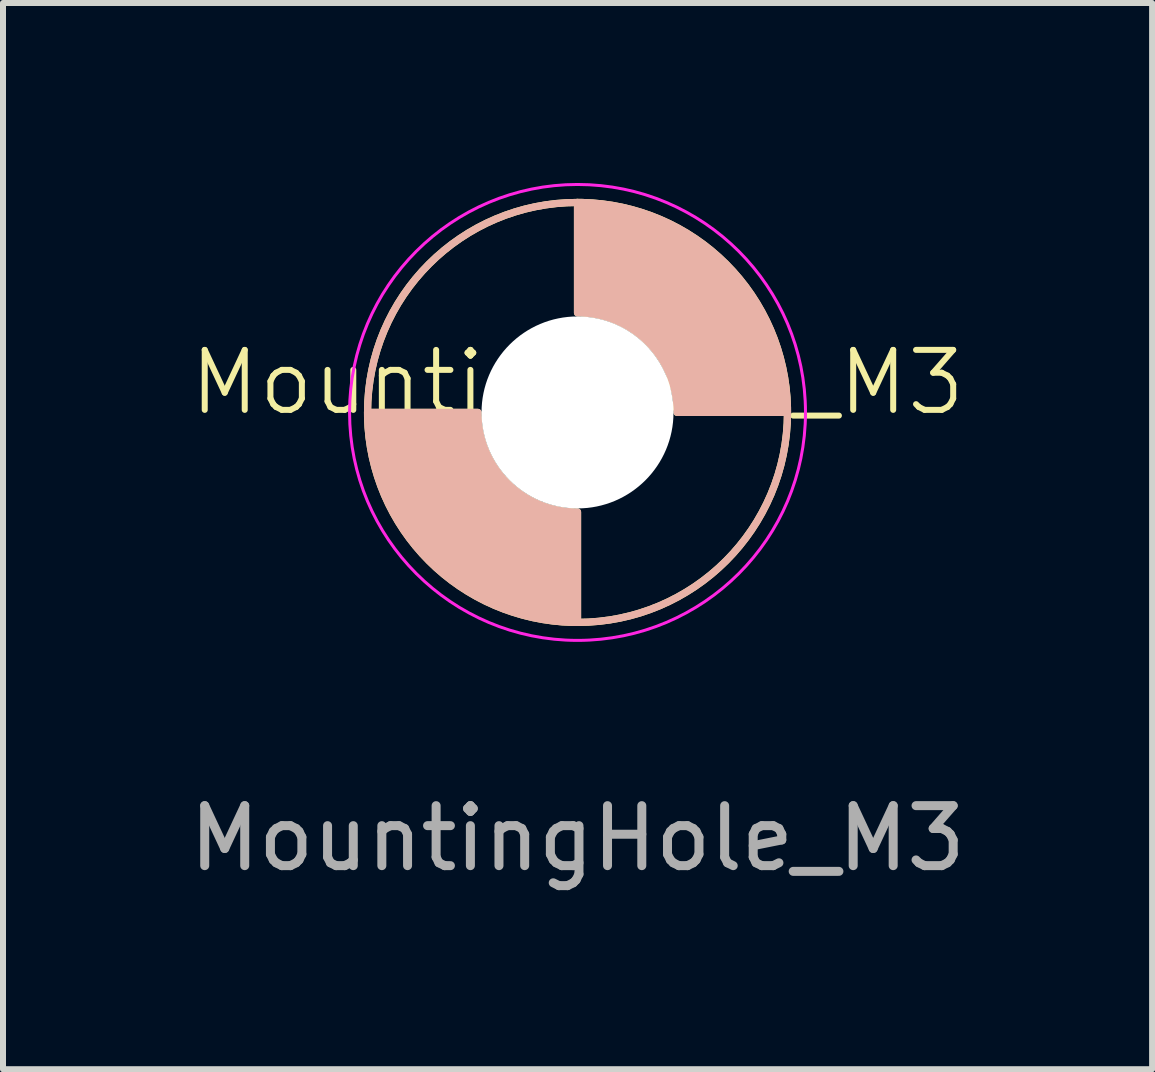
<source format=kicad_pcb>
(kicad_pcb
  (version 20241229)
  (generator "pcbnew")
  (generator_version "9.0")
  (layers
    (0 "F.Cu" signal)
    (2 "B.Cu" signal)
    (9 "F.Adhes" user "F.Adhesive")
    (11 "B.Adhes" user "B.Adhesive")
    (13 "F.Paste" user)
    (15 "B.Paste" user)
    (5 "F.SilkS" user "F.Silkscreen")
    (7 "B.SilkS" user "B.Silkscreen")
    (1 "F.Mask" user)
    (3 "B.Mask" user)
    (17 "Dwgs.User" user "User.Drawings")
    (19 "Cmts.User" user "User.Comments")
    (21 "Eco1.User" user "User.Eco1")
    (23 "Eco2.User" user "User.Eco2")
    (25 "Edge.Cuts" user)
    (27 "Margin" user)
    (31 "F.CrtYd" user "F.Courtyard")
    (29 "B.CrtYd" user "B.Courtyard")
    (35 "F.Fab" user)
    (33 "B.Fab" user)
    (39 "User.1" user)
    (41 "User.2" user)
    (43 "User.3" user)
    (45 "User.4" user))
  (footprint "MountingHole_M3"
    (layer "F.Cu")
    (at 6.577 3.825)
    (property "Reference" "MountingHole_M3" (at 0 -0.5 0) (unlocked yes) (layer "F.SilkS") (effects (font (size 1 1) (thickness 0.1))))
    (attr smd)
    (fp_arc (start -3.499999 0.000001) (mid -2.474873 -2.474873) (end 0.000001 -3.499999) (stroke (width 0.12) (type solid)) (layer "F.SilkS"))
    (fp_arc (start 3.500001 0.000001) (mid 2.474875 2.474875) (end 0.000001 3.500001) (stroke (width 0.12) (type solid)) (layer "F.SilkS"))
    (fp_poly (pts (arc (start -1.659999 0.000001) (mid -1.173796 1.173798) (end 0.000001 1.660001)) (arc (start 0.000001 3.500001) (mid -2.474873 2.474875) (end -3.499999 0.000001))) (stroke (width 0.12) (type solid)) (fill yes) (layer "F.SilkS"))
    (fp_poly (pts (arc (start 0.000001 -3.499999) (mid 2.474875 -2.474873) (end 3.500001 0.000001)) (xy 1.66 0.000001) (arc (start 1.660001 0.000001) (mid 1.173798 -1.173796) (end 0.000001 -1.659999))) (stroke (width 0.12) (type solid)) (fill yes) (layer "F.SilkS"))
    (fp_arc (start -3.499999 0.000001) (mid -2.474873 -2.474873) (end 0.000001 -3.499999) (stroke (width 0.12) (type solid)) (layer "B.SilkS"))
    (fp_arc (start 3.500001 0.000001) (mid 2.474875 2.474875) (end 0.000001 3.500001) (stroke (width 0.12) (type solid)) (layer "B.SilkS"))
    (fp_poly (pts (arc (start -1.659999 0.000001) (mid -1.173796 1.173798) (end 0.000001 1.660001)) (arc (start 0.000001 3.500001) (mid -2.474873 2.474875) (end -3.499999 0.000001))) (stroke (width 0.12) (type solid)) (fill yes) (layer "B.SilkS"))
    (fp_poly (pts (arc (start 0.000001 -3.499999) (mid 2.474875 -2.474873) (end 3.500001 0.000001)) (xy 1.66 0.000001) (arc (start 1.660001 0.000001) (mid 1.173798 -1.173796) (end 0.000001 -1.659999))) (stroke (width 0.12) (type solid)) (fill yes) (layer "B.SilkS"))
    (fp_circle (center 0.000001 0.000001) (end 3.8 0.000001) (stroke (width 0.05) (type solid)) (fill no) (layer "F.CrtYd"))
    (fp_text user "${REFERENCE}" (at 0 7.1 0) (layer "F.Fab") (effects (font (size 1 1) (thickness 0.15))))
    (pad "" np_thru_hole circle (at 0.000001 0.000001) (size 3.2 3.2) (drill 3.2) (layers "*.Cu" "*.Mask"))
    (zone (net_name "") (layers "F.Cu" "B.Cu") (hatch edge 0.5) (connect_pads) (min_thickness 0.25) (filled_areas_thickness no) (keepout (tracks not_allowed) (vias not_allowed) (pads not_allowed) (copperpour not_allowed) (footprints not_allowed)) (placement (enabled no)) (fill) (polygon (pts (xy 10.373 3.639) (xy 10.336 3.267) (xy 10.264 2.902) (xy 10.155 2.545) (xy 10.013 2.2) (xy 9.837 1.871) (xy 9.63 1.561) (xy 9.393 1.273) (xy 9.129 1.009) (xy 8.841 0.773) (xy 8.531 0.566) (xy 8.202 0.39) (xy 7.858 0.247) (xy 7.501 0.139) (xy 7.135 0.066) (xy 6.764 0.03) (xy 6.391 0.03) (xy 6.02 0.066) (xy 5.654 0.139) (xy 5.297 0.247) (xy 4.953 0.39) (xy 4.624 0.566) (xy 4.314 0.773) (xy 4.025 1.009) (xy 3.762 1.273) (xy 3.525 1.561) (xy 3.318 1.871) (xy 3.142 2.2) (xy 3 2.545) (xy 2.891 2.902) (xy 2.819 3.267) (xy 2.782 3.639) (xy 2.782 4.011) (xy 2.819 4.383) (xy 2.891 4.748) (xy 3 5.105) (xy 3.142 5.45) (xy 3.318 5.779) (xy 3.525 6.089) (xy 3.762 6.377) (xy 4.025 6.641) (xy 4.314 6.877) (xy 4.624 7.084) (xy 4.953 7.26) (xy 5.297 7.403) (xy 5.654 7.511) (xy 6.02 7.584) (xy 6.391 7.62) (xy 6.764 7.62) (xy 7.135 7.584) (xy 7.501 7.511) (xy 7.858 7.403) (xy 8.202 7.26) (xy 8.531 7.084) (xy 8.841 6.877) (xy 9.129 6.641) (xy 9.393 6.377) (xy 9.63 6.089) (xy 9.837 5.779) (xy 10.013 5.45) (xy 10.155 5.105) (xy 10.264 4.748) (xy 10.336 4.383) (xy 10.373 4.011)))))
  (gr_rect
    (start -3 -3)
    (end 16.155 14.773)
    (stroke (width 0.1) (type default))
    (fill no)
    (layer "Edge.Cuts")))
</source>
